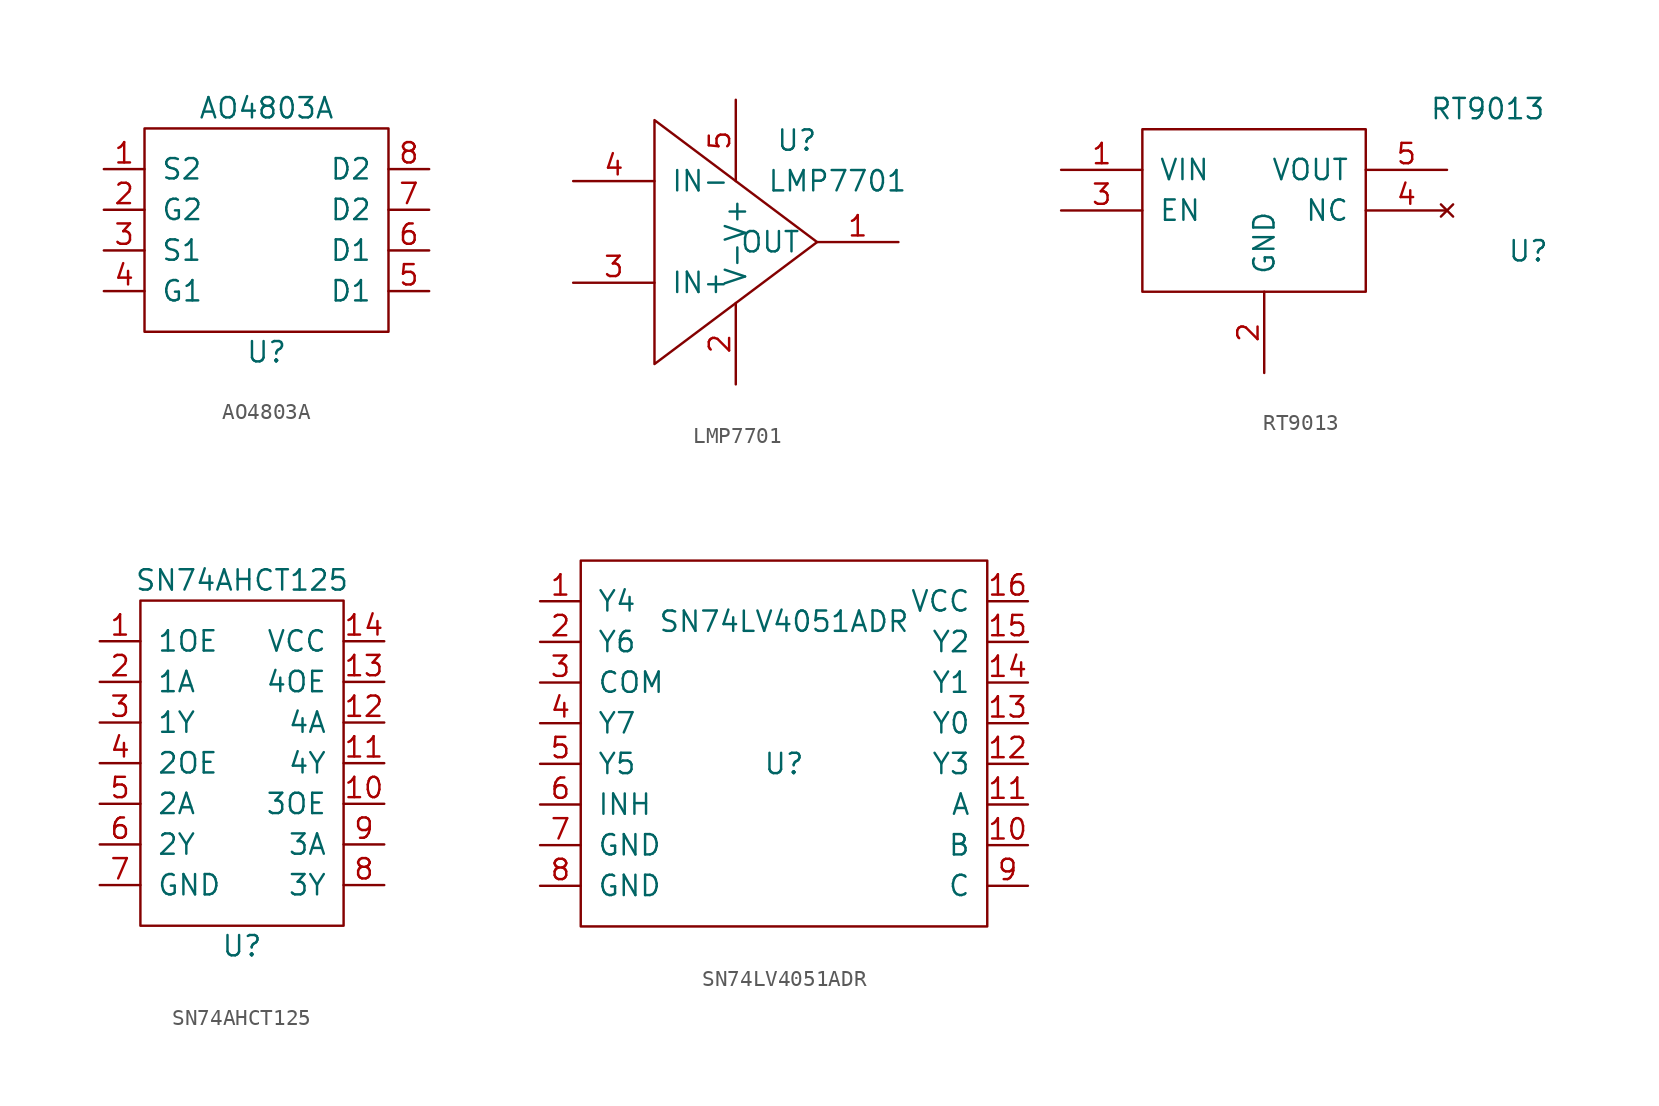
<source format=kicad_sym>
(kicad_symbol_lib
  (version 20211014)
  (generator kicad_symbol_editor)
  (symbol "AO4803A"
    (pin_names
      (offset 1.016))
    (property "Reference" "U"
      (at 0 -7.62 0)
      (effects (font (size 1.27 1.27))))
    (property "Value" "AO4803A"
      (at 0 7.62 0)
      (effects (font (size 1.27 1.27))))
    (symbol "AO4803A_0_1"
      (rectangle (start -7.62 6.35) (end 7.62 -6.35) (stroke (width 0) (type default) (color 0 0 0 0)) (fill (type none))))
    (symbol "AO4803A_1_1"
      (pin input line (at -10.16 3.81 0) (length 2.54) (name "S2" (effects (font (size 1.27 1.27)))) (number "1" (effects (font (size 1.27 1.27)))))
      (pin input line (at -10.16 1.27 0) (length 2.54) (name "G2" (effects (font (size 1.27 1.27)))) (number "2" (effects (font (size 1.27 1.27)))))
      (pin input line (at -10.16 -1.27 0) (length 2.54) (name "S1" (effects (font (size 1.27 1.27)))) (number "3" (effects (font (size 1.27 1.27)))))
      (pin input line (at -10.16 -3.81 0) (length 2.54) (name "G1" (effects (font (size 1.27 1.27)))) (number "4" (effects (font (size 1.27 1.27)))))
      (pin output line (at 10.16 -3.81 180) (length 2.54) (name "D1" (effects (font (size 1.27 1.27)))) (number "5" (effects (font (size 1.27 1.27)))))
      (pin output line (at 10.16 -1.27 180) (length 2.54) (name "D1" (effects (font (size 1.27 1.27)))) (number "6" (effects (font (size 1.27 1.27)))))
      (pin output line (at 10.16 1.27 180) (length 2.54) (name "D2" (effects (font (size 1.27 1.27)))) (number "7" (effects (font (size 1.27 1.27)))))
      (pin output line (at 10.16 3.81 180) (length 2.54) (name "D2" (effects (font (size 1.27 1.27)))) (number "8" (effects (font (size 1.27 1.27)))))))
  (symbol "LMP7701"
    (pin_names
      (offset 1.016))
    (property "Reference" "U"
      (at 5.08 6.35 0)
      (effects (font (size 1.27 1.27))))
    (property "Value" "LMP7701"
      (at 7.62 3.81 0)
      (effects (font (size 1.27 1.27))))
    (symbol "LMP7701_0_1"
      (polyline (pts (xy 6.35 0) (xy -3.81 7.62) (xy -3.81 -6.35) (xy -3.81 -7.62) (xy 6.35 0)) (stroke (width 0) (type default) (color 0 0 0 0)) (fill (type none))))
    (symbol "LMP7701_1_1"
      (pin output line (at 11.43 0 180) (length 5.08) (name "OUT" (effects (font (size 1.27 1.27)))) (number "1" (effects (font (size 1.27 1.27)))))
      (pin power_in line (at 1.27 -8.89 90) (length 5.08) (name "V-" (effects (font (size 1.27 1.27)))) (number "2" (effects (font (size 1.27 1.27)))))
      (pin input line (at -8.89 -2.54 0) (length 5.08) (name "IN+" (effects (font (size 1.27 1.27)))) (number "3" (effects (font (size 1.27 1.27)))))
      (pin input line (at -8.89 3.81 0) (length 5.08) (name "IN-" (effects (font (size 1.27 1.27)))) (number "4" (effects (font (size 1.27 1.27)))))
      (pin power_in line (at 1.27 8.89 270) (length 5.08) (name "V+" (effects (font (size 1.27 1.27)))) (number "5" (effects (font (size 1.27 1.27)))))))
  (symbol "RT9013"
    (pin_names
      (offset 1.016))
    (property "Reference" "U"
      (at 16.51 -3.81 0)
      (effects (font (size 1.27 1.27))))
    (property "Value" "RT9013"
      (at 13.97 5.08 0)
      (effects (font (size 1.27 1.27))))
    (symbol "RT9013_0_1"
      (rectangle (start 6.35 3.81) (end -7.62 -6.35) (stroke (width 0) (type default) (color 0 0 0 0)) (fill (type none))))
    (symbol "RT9013_1_1"
      (pin power_in line (at -12.7 1.27 0) (length 5.08) (name "VIN" (effects (font (size 1.27 1.27)))) (number "1" (effects (font (size 1.27 1.27)))))
      (pin passive line (at 0 -11.43 90) (length 5.08) (name "GND" (effects (font (size 1.27 1.27)))) (number "2" (effects (font (size 1.27 1.27)))))
      (pin input line (at -12.7 -1.27 0) (length 5.08) (name "EN" (effects (font (size 1.27 1.27)))) (number "3" (effects (font (size 1.27 1.27)))))
      (pin no_connect line (at 11.43 -1.27 180) (length 5.08) (name "NC" (effects (font (size 1.27 1.27)))) (number "4" (effects (font (size 1.27 1.27)))))
      (pin output line (at 11.43 1.27 180) (length 5.08) (name "VOUT" (effects (font (size 1.27 1.27)))) (number "5" (effects (font (size 1.27 1.27)))))))
  (symbol "SN74AHCT125"
    (pin_names
      (offset 1.016))
    (property "Reference" "U"
      (at 0 -12.7 0)
      (effects (font (size 1.27 1.27))))
    (property "Value" "SN74AHCT125"
      (at 0 10.16 0)
      (effects (font (size 1.27 1.27))))
    (symbol "SN74AHCT125_0_1"
      (rectangle (start -6.35 8.89) (end 6.35 -11.43) (stroke (width 0) (type default) (color 0 0 0 0)) (fill (type none))))
    (symbol "SN74AHCT125_1_1"
      (pin input line (at -8.89 6.35 0) (length 2.54) (name "1OE" (effects (font (size 1.27 1.27)))) (number "1" (effects (font (size 1.27 1.27)))))
      (pin input line (at 8.89 -3.81 180) (length 2.54) (name "3OE" (effects (font (size 1.27 1.27)))) (number "10" (effects (font (size 1.27 1.27)))))
      (pin output line (at 8.89 -1.27 180) (length 2.54) (name "4Y" (effects (font (size 1.27 1.27)))) (number "11" (effects (font (size 1.27 1.27)))))
      (pin input line (at 8.89 1.27 180) (length 2.54) (name "4A" (effects (font (size 1.27 1.27)))) (number "12" (effects (font (size 1.27 1.27)))))
      (pin input line (at 8.89 3.81 180) (length 2.54) (name "4OE" (effects (font (size 1.27 1.27)))) (number "13" (effects (font (size 1.27 1.27)))))
      (pin power_in line (at 8.89 6.35 180) (length 2.54) (name "VCC" (effects (font (size 1.27 1.27)))) (number "14" (effects (font (size 1.27 1.27)))))
      (pin input line (at -8.89 3.81 0) (length 2.54) (name "1A" (effects (font (size 1.27 1.27)))) (number "2" (effects (font (size 1.27 1.27)))))
      (pin output line (at -8.89 1.27 0) (length 2.54) (name "1Y" (effects (font (size 1.27 1.27)))) (number "3" (effects (font (size 1.27 1.27)))))
      (pin input line (at -8.89 -1.27 0) (length 2.54) (name "2OE" (effects (font (size 1.27 1.27)))) (number "4" (effects (font (size 1.27 1.27)))))
      (pin input line (at -8.89 -3.81 0) (length 2.54) (name "2A" (effects (font (size 1.27 1.27)))) (number "5" (effects (font (size 1.27 1.27)))))
      (pin output line (at -8.89 -6.35 0) (length 2.54) (name "2Y" (effects (font (size 1.27 1.27)))) (number "6" (effects (font (size 1.27 1.27)))))
      (pin passive line (at -8.89 -8.89 0) (length 2.54) (name "GND" (effects (font (size 1.27 1.27)))) (number "7" (effects (font (size 1.27 1.27)))))
      (pin output line (at 8.89 -8.89 180) (length 2.54) (name "3Y" (effects (font (size 1.27 1.27)))) (number "8" (effects (font (size 1.27 1.27)))))
      (pin input line (at 8.89 -6.35 180) (length 2.54) (name "3A" (effects (font (size 1.27 1.27)))) (number "9" (effects (font (size 1.27 1.27)))))))
  (symbol "SN74LV4051ADR"
    (pin_names
      (offset 1.016))
    (property "Reference" "U"
      (at 0 0 0)
      (effects (font (size 1.27 1.27))))
    (property "Value" "SN74LV4051ADR"
      (at 0 8.89 0)
      (effects (font (size 1.27 1.27))))
    (symbol "SN74LV4051ADR_0_1"
      (rectangle (start -12.7 12.7) (end 12.7 -10.16) (stroke (width 0) (type default) (color 0 0 0 0)) (fill (type none))))
    (symbol "SN74LV4051ADR_1_1"
      (pin bidirectional line (at -15.24 10.16 0) (length 2.54) (name "Y4" (effects (font (size 1.27 1.27)))) (number "1" (effects (font (size 1.27 1.27)))))
      (pin input line (at 15.24 -5.08 180) (length 2.54) (name "B" (effects (font (size 1.27 1.27)))) (number "10" (effects (font (size 1.27 1.27)))))
      (pin input line (at 15.24 -2.54 180) (length 2.54) (name "A" (effects (font (size 1.27 1.27)))) (number "11" (effects (font (size 1.27 1.27)))))
      (pin bidirectional line (at 15.24 0 180) (length 2.54) (name "Y3" (effects (font (size 1.27 1.27)))) (number "12" (effects (font (size 1.27 1.27)))))
      (pin bidirectional line (at 15.24 2.54 180) (length 2.54) (name "Y0" (effects (font (size 1.27 1.27)))) (number "13" (effects (font (size 1.27 1.27)))))
      (pin bidirectional line (at 15.24 5.08 180) (length 2.54) (name "Y1" (effects (font (size 1.27 1.27)))) (number "14" (effects (font (size 1.27 1.27)))))
      (pin bidirectional line (at 15.24 7.62 180) (length 2.54) (name "Y2" (effects (font (size 1.27 1.27)))) (number "15" (effects (font (size 1.27 1.27)))))
      (pin power_in line (at 15.24 10.16 180) (length 2.54) (name "VCC" (effects (font (size 1.27 1.27)))) (number "16" (effects (font (size 1.27 1.27)))))
      (pin bidirectional line (at -15.24 7.62 0) (length 2.54) (name "Y6" (effects (font (size 1.27 1.27)))) (number "2" (effects (font (size 1.27 1.27)))))
      (pin bidirectional line (at -15.24 5.08 0) (length 2.54) (name "COM" (effects (font (size 1.27 1.27)))) (number "3" (effects (font (size 1.27 1.27)))))
      (pin bidirectional line (at -15.24 2.54 0) (length 2.54) (name "Y7" (effects (font (size 1.27 1.27)))) (number "4" (effects (font (size 1.27 1.27)))))
      (pin bidirectional line (at -15.24 0 0) (length 2.54) (name "Y5" (effects (font (size 1.27 1.27)))) (number "5" (effects (font (size 1.27 1.27)))))
      (pin input line (at -15.24 -2.54 0) (length 2.54) (name "INH" (effects (font (size 1.27 1.27)))) (number "6" (effects (font (size 1.27 1.27)))))
      (pin passive line (at -15.24 -5.08 0) (length 2.54) (name "GND" (effects (font (size 1.27 1.27)))) (number "7" (effects (font (size 1.27 1.27)))))
      (pin passive line (at -15.24 -7.62 0) (length 2.54) (name "GND" (effects (font (size 1.27 1.27)))) (number "8" (effects (font (size 1.27 1.27)))))
      (pin input line (at 15.24 -7.62 180) (length 2.54) (name "C" (effects (font (size 1.27 1.27)))) (number "9" (effects (font (size 1.27 1.27))))))))
</source>
